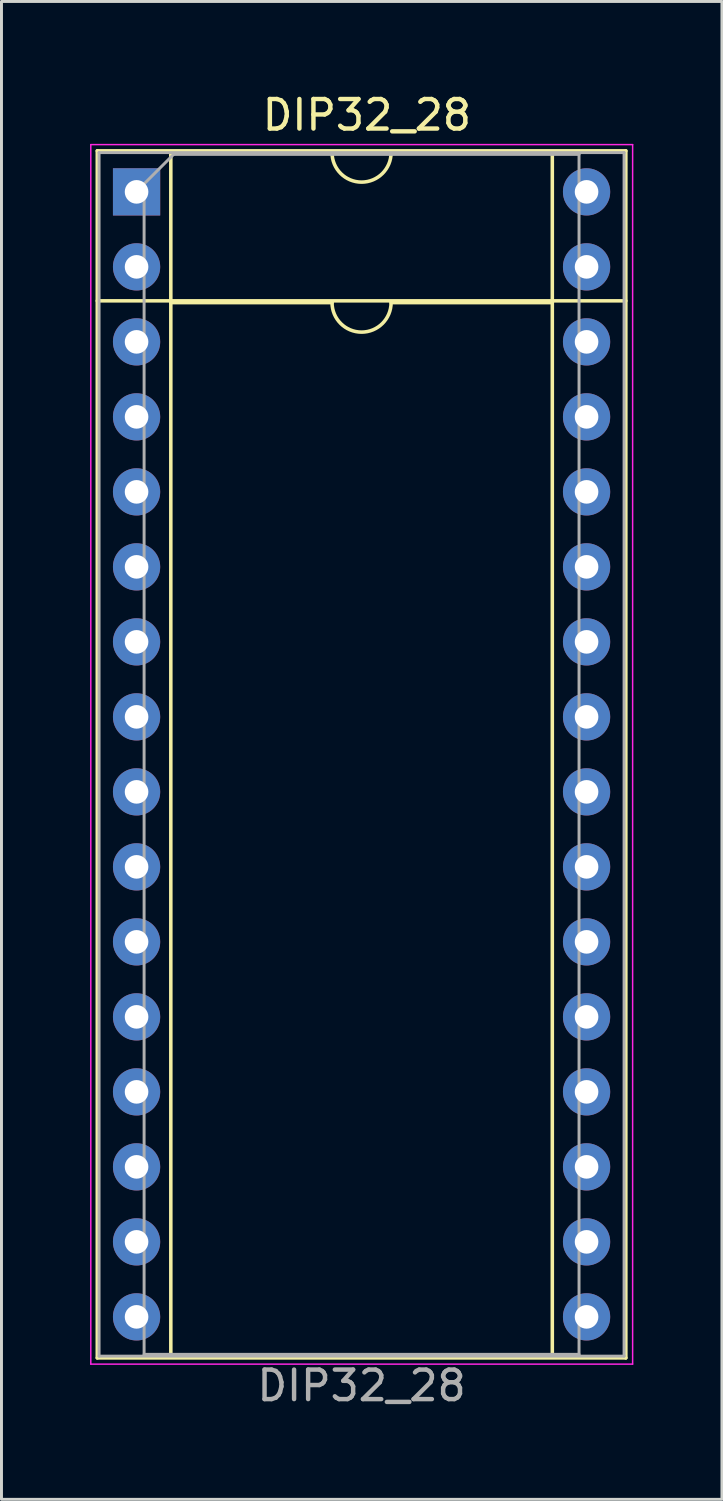
<source format=kicad_pcb>
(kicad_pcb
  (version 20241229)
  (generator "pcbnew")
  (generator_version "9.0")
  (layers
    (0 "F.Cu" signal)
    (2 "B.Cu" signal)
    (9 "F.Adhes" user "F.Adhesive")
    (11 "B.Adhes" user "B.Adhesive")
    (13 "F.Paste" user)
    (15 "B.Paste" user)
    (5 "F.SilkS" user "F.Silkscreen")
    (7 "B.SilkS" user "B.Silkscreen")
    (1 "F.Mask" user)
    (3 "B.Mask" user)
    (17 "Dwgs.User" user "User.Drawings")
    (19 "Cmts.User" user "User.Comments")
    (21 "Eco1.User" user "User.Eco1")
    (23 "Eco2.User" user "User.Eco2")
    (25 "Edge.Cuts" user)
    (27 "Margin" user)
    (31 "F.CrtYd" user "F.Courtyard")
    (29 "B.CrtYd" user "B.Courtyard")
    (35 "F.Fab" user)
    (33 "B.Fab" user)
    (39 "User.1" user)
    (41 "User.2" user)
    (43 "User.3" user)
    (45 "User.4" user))
  (footprint "DIP32_28"
    (layer "F.Cu")
    (at 1.575 3.448)
    (property "Reference" "DIP32_28" (at 7.8 -2.6 0) (layer "F.SilkS") (effects (font (size 1 1) (thickness 0.15))))
    (attr through_hole)
    (fp_line (start -1.33 -1.39) (end -1.33 39.49) (stroke (width 0.12) (type solid)) (layer "F.SilkS"))
    (fp_line (start -1.33 39.49) (end 16.57 39.49) (stroke (width 0.12) (type solid)) (layer "F.SilkS"))
    (fp_line (start 1.16 -1.33) (end 1.16 39.43) (stroke (width 0.12) (type solid)) (layer "F.SilkS"))
    (fp_line (start 1.16 39.43) (end 14.08 39.43) (stroke (width 0.12) (type solid)) (layer "F.SilkS"))
    (fp_line (start 6.62 -1.33) (end 1.16 -1.33) (stroke (width 0.12) (type solid)) (layer "F.SilkS"))
    (fp_line (start 6.62 3.75) (end 1.16 3.75) (stroke (width 0.12) (type solid)) (layer "F.SilkS"))
    (fp_line (start 14.08 -1.33) (end 8.62 -1.33) (stroke (width 0.12) (type solid)) (layer "F.SilkS"))
    (fp_line (start 14.08 3.75) (end 8.62 3.75) (stroke (width 0.12) (type solid)) (layer "F.SilkS"))
    (fp_line (start 14.08 39.43) (end 14.08 -1.33) (stroke (width 0.12) (type solid)) (layer "F.SilkS"))
    (fp_line (start 16.57 -1.39) (end -1.33 -1.39) (stroke (width 0.12) (type solid)) (layer "F.SilkS"))
    (fp_line (start 16.57 3.69) (end -1.33 3.69) (stroke (width 0.12) (type solid)) (layer "F.SilkS"))
    (fp_line (start 16.57 39.49) (end 16.57 -1.39) (stroke (width 0.12) (type solid)) (layer "F.SilkS"))
    (fp_arc (start 8.62 -1.33) (mid 7.62 -0.33) (end 6.62 -1.33) (stroke (width 0.12) (type solid)) (layer "F.SilkS"))
    (fp_arc (start 8.62 3.75) (mid 7.62 4.75) (end 6.62 3.75) (stroke (width 0.12) (type solid)) (layer "F.SilkS"))
    (fp_line (start -1.55 -1.6) (end -1.55 39.7) (stroke (width 0.05) (type solid)) (layer "F.CrtYd"))
    (fp_line (start -1.55 39.7) (end 16.8 39.7) (stroke (width 0.05) (type solid)) (layer "F.CrtYd"))
    (fp_line (start 16.8 -1.6) (end -1.55 -1.6) (stroke (width 0.05) (type solid)) (layer "F.CrtYd"))
    (fp_line (start 16.8 39.7) (end 16.8 -1.6) (stroke (width 0.05) (type solid)) (layer "F.CrtYd"))
    (fp_line (start -1.27 -1.33) (end -1.27 39.43) (stroke (width 0.1) (type solid)) (layer "F.Fab"))
    (fp_line (start -1.27 39.43) (end 16.51 39.43) (stroke (width 0.1) (type solid)) (layer "F.Fab"))
    (fp_line (start 0.255 -0.27) (end 1.255 -1.27) (stroke (width 0.1) (type solid)) (layer "F.Fab"))
    (fp_line (start 0.255 39.37) (end 0.255 -0.27) (stroke (width 0.1) (type solid)) (layer "F.Fab"))
    (fp_line (start 1.255 -1.27) (end 14.985 -1.27) (stroke (width 0.1) (type solid)) (layer "F.Fab"))
    (fp_line (start 14.985 -1.27) (end 14.985 39.37) (stroke (width 0.1) (type solid)) (layer "F.Fab"))
    (fp_line (start 14.985 39.37) (end 0.255 39.37) (stroke (width 0.1) (type solid)) (layer "F.Fab"))
    (fp_line (start 16.51 -1.33) (end -1.27 -1.33) (stroke (width 0.1) (type solid)) (layer "F.Fab"))
    (fp_line (start 16.51 39.43) (end 16.51 -1.33) (stroke (width 0.1) (type solid)) (layer "F.Fab"))
    (fp_text user "DIP32_28" (at 7.62 40.43 0) (layer "F.Fab") (effects (font (size 1 1) (thickness 0.15))))
    (pad "1" thru_hole rect (at 0 0) (size 1.6 1.6) (drill 0.8) (layers "*.Cu" "*.Mask"))
    (pad "2" thru_hole oval (at 0 2.54) (size 1.6 1.6) (drill 0.8) (layers "*.Cu" "*.Mask"))
    (pad "3" thru_hole oval (at 0 5.08) (size 1.6 1.6) (drill 0.8) (layers "*.Cu" "*.Mask"))
    (pad "4" thru_hole oval (at 0 7.62) (size 1.6 1.6) (drill 0.8) (layers "*.Cu" "*.Mask"))
    (pad "5" thru_hole oval (at 0 10.16) (size 1.6 1.6) (drill 0.8) (layers "*.Cu" "*.Mask"))
    (pad "6" thru_hole oval (at 0 12.7) (size 1.6 1.6) (drill 0.8) (layers "*.Cu" "*.Mask"))
    (pad "7" thru_hole oval (at 0 15.24) (size 1.6 1.6) (drill 0.8) (layers "*.Cu" "*.Mask"))
    (pad "8" thru_hole oval (at 0 17.78) (size 1.6 1.6) (drill 0.8) (layers "*.Cu" "*.Mask"))
    (pad "9" thru_hole oval (at 0 20.32) (size 1.6 1.6) (drill 0.8) (layers "*.Cu" "*.Mask"))
    (pad "10" thru_hole oval (at 0 22.86) (size 1.6 1.6) (drill 0.8) (layers "*.Cu" "*.Mask"))
    (pad "11" thru_hole oval (at 0 25.4) (size 1.6 1.6) (drill 0.8) (layers "*.Cu" "*.Mask"))
    (pad "12" thru_hole oval (at 0 27.94) (size 1.6 1.6) (drill 0.8) (layers "*.Cu" "*.Mask"))
    (pad "13" thru_hole oval (at 0 30.48) (size 1.6 1.6) (drill 0.8) (layers "*.Cu" "*.Mask"))
    (pad "14" thru_hole oval (at 0 33.02) (size 1.6 1.6) (drill 0.8) (layers "*.Cu" "*.Mask"))
    (pad "15" thru_hole oval (at 0 35.56) (size 1.6 1.6) (drill 0.8) (layers "*.Cu" "*.Mask"))
    (pad "16" thru_hole oval (at 0 38.1) (size 1.6 1.6) (drill 0.8) (layers "*.Cu" "*.Mask"))
    (pad "17" thru_hole oval (at 15.24 38.1) (size 1.6 1.6) (drill 0.8) (layers "*.Cu" "*.Mask"))
    (pad "18" thru_hole oval (at 15.24 35.56) (size 1.6 1.6) (drill 0.8) (layers "*.Cu" "*.Mask"))
    (pad "19" thru_hole oval (at 15.24 33.02) (size 1.6 1.6) (drill 0.8) (layers "*.Cu" "*.Mask"))
    (pad "20" thru_hole oval (at 15.24 30.48) (size 1.6 1.6) (drill 0.8) (layers "*.Cu" "*.Mask"))
    (pad "21" thru_hole oval (at 15.24 27.94) (size 1.6 1.6) (drill 0.8) (layers "*.Cu" "*.Mask"))
    (pad "22" thru_hole oval (at 15.24 25.4) (size 1.6 1.6) (drill 0.8) (layers "*.Cu" "*.Mask"))
    (pad "23" thru_hole oval (at 15.24 22.86) (size 1.6 1.6) (drill 0.8) (layers "*.Cu" "*.Mask"))
    (pad "24" thru_hole oval (at 15.24 20.32) (size 1.6 1.6) (drill 0.8) (layers "*.Cu" "*.Mask"))
    (pad "25" thru_hole oval (at 15.24 17.78) (size 1.6 1.6) (drill 0.8) (layers "*.Cu" "*.Mask"))
    (pad "26" thru_hole oval (at 15.24 15.24) (size 1.6 1.6) (drill 0.8) (layers "*.Cu" "*.Mask"))
    (pad "27" thru_hole oval (at 15.24 12.7) (size 1.6 1.6) (drill 0.8) (layers "*.Cu" "*.Mask"))
    (pad "28" thru_hole oval (at 15.24 10.16) (size 1.6 1.6) (drill 0.8) (layers "*.Cu" "*.Mask"))
    (pad "29" thru_hole oval (at 15.24 7.62) (size 1.6 1.6) (drill 0.8) (layers "*.Cu" "*.Mask"))
    (pad "30" thru_hole oval (at 15.24 5.08) (size 1.6 1.6) (drill 0.8) (layers "*.Cu" "*.Mask"))
    (pad "31" thru_hole oval (at 15.24 2.54) (size 1.6 1.6) (drill 0.8) (layers "*.Cu" "*.Mask"))
    (pad "32" thru_hole oval (at 15.24 0) (size 1.6 1.6) (drill 0.8) (layers "*.Cu" "*.Mask")))
  (gr_rect
    (start -3 -3)
    (end 21.4 47.727)
    (stroke (width 0.1) (type default))
    (fill no)
    (layer "Edge.Cuts")))
</source>
